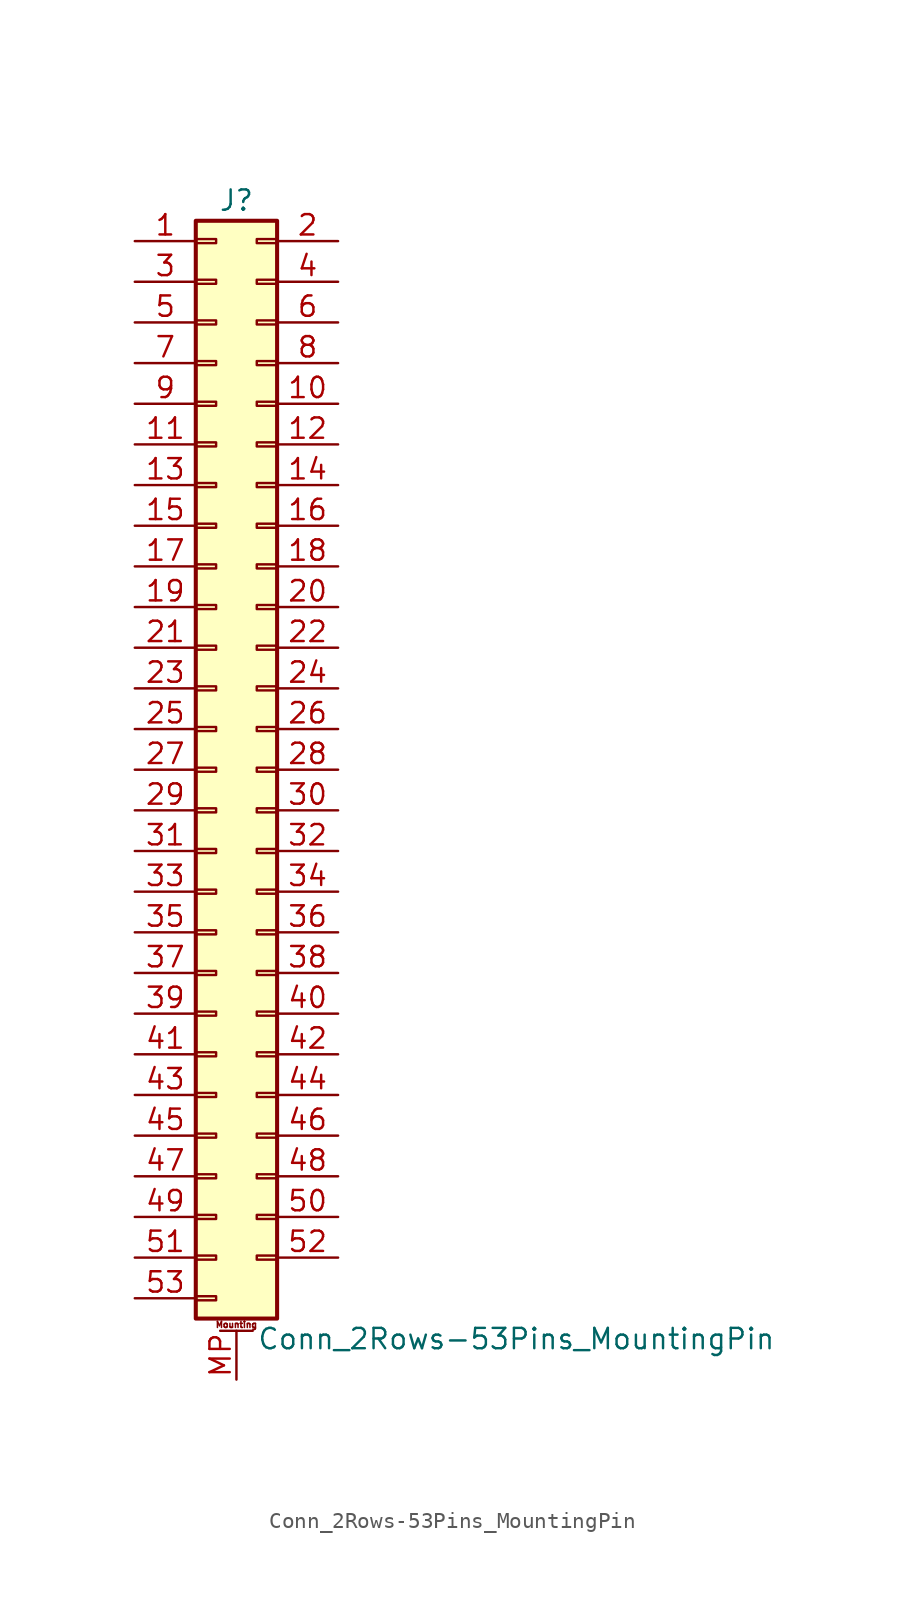
<source format=kicad_sym>
(kicad_symbol_lib
  (version 20220914)
  (generator kicad_symbol_editor)
  (symbol "Conn_2Rows-53Pins_MountingPin"
    (pin_names
      (offset 1.016) hide)
    (property "Reference" "J"
      (at 1.27 35.56 0)
      (effects (font (size 1.27 1.27))))
    (property "Value" "Conn_2Rows-53Pins_MountingPin"
      (at 2.54 -35.56 0)
      (effects (font (size 1.27 1.27)) (justify left)))
    (symbol "Conn_2Rows-53Pins_MountingPin_1_1"
      (rectangle (start -1.27 -32.893) (end 0 -33.147) (stroke (width 0.152) (type default)) (fill (type none)))
      (rectangle (start -1.27 -30.353) (end 0 -30.607) (stroke (width 0.152) (type default)) (fill (type none)))
      (rectangle (start -1.27 -27.813) (end 0 -28.067) (stroke (width 0.152) (type default)) (fill (type none)))
      (rectangle (start -1.27 -25.273) (end 0 -25.527) (stroke (width 0.152) (type default)) (fill (type none)))
      (rectangle (start -1.27 -22.733) (end 0 -22.987) (stroke (width 0.152) (type default)) (fill (type none)))
      (rectangle (start -1.27 -20.193) (end 0 -20.447) (stroke (width 0.152) (type default)) (fill (type none)))
      (rectangle (start -1.27 -17.653) (end 0 -17.907) (stroke (width 0.152) (type default)) (fill (type none)))
      (rectangle (start -1.27 -15.113) (end 0 -15.367) (stroke (width 0.152) (type default)) (fill (type none)))
      (rectangle (start -1.27 -12.573) (end 0 -12.827) (stroke (width 0.152) (type default)) (fill (type none)))
      (rectangle (start -1.27 -10.033) (end 0 -10.287) (stroke (width 0.152) (type default)) (fill (type none)))
      (rectangle (start -1.27 -7.493) (end 0 -7.747) (stroke (width 0.152) (type default)) (fill (type none)))
      (rectangle (start -1.27 -4.953) (end 0 -5.207) (stroke (width 0.152) (type default)) (fill (type none)))
      (rectangle (start -1.27 -2.413) (end 0 -2.667) (stroke (width 0.152) (type default)) (fill (type none)))
      (rectangle (start -1.27 0.127) (end 0 -0.127) (stroke (width 0.152) (type default)) (fill (type none)))
      (rectangle (start -1.27 2.667) (end 0 2.413) (stroke (width 0.152) (type default)) (fill (type none)))
      (rectangle (start -1.27 5.207) (end 0 4.953) (stroke (width 0.152) (type default)) (fill (type none)))
      (rectangle (start -1.27 7.747) (end 0 7.493) (stroke (width 0.152) (type default)) (fill (type none)))
      (rectangle (start -1.27 10.287) (end 0 10.033) (stroke (width 0.152) (type default)) (fill (type none)))
      (rectangle (start -1.27 12.827) (end 0 12.573) (stroke (width 0.152) (type default)) (fill (type none)))
      (rectangle (start -1.27 15.367) (end 0 15.113) (stroke (width 0.152) (type default)) (fill (type none)))
      (rectangle (start -1.27 17.907) (end 0 17.653) (stroke (width 0.152) (type default)) (fill (type none)))
      (rectangle (start -1.27 20.447) (end 0 20.193) (stroke (width 0.152) (type default)) (fill (type none)))
      (rectangle (start -1.27 22.987) (end 0 22.733) (stroke (width 0.152) (type default)) (fill (type none)))
      (rectangle (start -1.27 25.527) (end 0 25.273) (stroke (width 0.152) (type default)) (fill (type none)))
      (rectangle (start -1.27 28.067) (end 0 27.813) (stroke (width 0.152) (type default)) (fill (type none)))
      (rectangle (start -1.27 30.607) (end 0 30.353) (stroke (width 0.152) (type default)) (fill (type none)))
      (rectangle (start -1.27 33.147) (end 0 32.893) (stroke (width 0.152) (type default)) (fill (type none)))
      (rectangle (start -1.27 34.29) (end 3.81 -34.29) (stroke (width 0.254) (type default)) (fill (type background)))
      (polyline (pts (xy 0.254 -35.052) (xy 2.286 -35.052)) (stroke (width 0.152) (type default)) (fill (type none)))
      (rectangle (start 3.81 -30.353) (end 2.54 -30.607) (stroke (width 0.152) (type default)) (fill (type none)))
      (rectangle (start 3.81 -27.813) (end 2.54 -28.067) (stroke (width 0.152) (type default)) (fill (type none)))
      (rectangle (start 3.81 -25.273) (end 2.54 -25.527) (stroke (width 0.152) (type default)) (fill (type none)))
      (rectangle (start 3.81 -22.733) (end 2.54 -22.987) (stroke (width 0.152) (type default)) (fill (type none)))
      (rectangle (start 3.81 -20.193) (end 2.54 -20.447) (stroke (width 0.152) (type default)) (fill (type none)))
      (rectangle (start 3.81 -17.653) (end 2.54 -17.907) (stroke (width 0.152) (type default)) (fill (type none)))
      (rectangle (start 3.81 -15.113) (end 2.54 -15.367) (stroke (width 0.152) (type default)) (fill (type none)))
      (rectangle (start 3.81 -12.573) (end 2.54 -12.827) (stroke (width 0.152) (type default)) (fill (type none)))
      (rectangle (start 3.81 -10.033) (end 2.54 -10.287) (stroke (width 0.152) (type default)) (fill (type none)))
      (rectangle (start 3.81 -7.493) (end 2.54 -7.747) (stroke (width 0.152) (type default)) (fill (type none)))
      (rectangle (start 3.81 -4.953) (end 2.54 -5.207) (stroke (width 0.152) (type default)) (fill (type none)))
      (rectangle (start 3.81 -2.413) (end 2.54 -2.667) (stroke (width 0.152) (type default)) (fill (type none)))
      (rectangle (start 3.81 0.127) (end 2.54 -0.127) (stroke (width 0.152) (type default)) (fill (type none)))
      (rectangle (start 3.81 2.667) (end 2.54 2.413) (stroke (width 0.152) (type default)) (fill (type none)))
      (rectangle (start 3.81 5.207) (end 2.54 4.953) (stroke (width 0.152) (type default)) (fill (type none)))
      (rectangle (start 3.81 7.747) (end 2.54 7.493) (stroke (width 0.152) (type default)) (fill (type none)))
      (rectangle (start 3.81 10.287) (end 2.54 10.033) (stroke (width 0.152) (type default)) (fill (type none)))
      (rectangle (start 3.81 12.827) (end 2.54 12.573) (stroke (width 0.152) (type default)) (fill (type none)))
      (rectangle (start 3.81 15.367) (end 2.54 15.113) (stroke (width 0.152) (type default)) (fill (type none)))
      (rectangle (start 3.81 17.907) (end 2.54 17.653) (stroke (width 0.152) (type default)) (fill (type none)))
      (rectangle (start 3.81 20.447) (end 2.54 20.193) (stroke (width 0.152) (type default)) (fill (type none)))
      (rectangle (start 3.81 22.987) (end 2.54 22.733) (stroke (width 0.152) (type default)) (fill (type none)))
      (rectangle (start 3.81 25.527) (end 2.54 25.273) (stroke (width 0.152) (type default)) (fill (type none)))
      (rectangle (start 3.81 28.067) (end 2.54 27.813) (stroke (width 0.152) (type default)) (fill (type none)))
      (rectangle (start 3.81 30.607) (end 2.54 30.353) (stroke (width 0.152) (type default)) (fill (type none)))
      (rectangle (start 3.81 33.147) (end 2.54 32.893) (stroke (width 0.152) (type default)) (fill (type none)))
      (text "Mounting" (at 1.27 -34.671 0) (effects (font (size 0.381 0.381))))
      (pin passive line (at -5.08 33.02 0) (length 3.81) (name "Pin_1" (effects (font (size 1.27 1.27)))) (number "1" (effects (font (size 1.27 1.27)))))
      (pin passive line (at 7.62 22.86 180) (length 3.81) (name "Pin_10" (effects (font (size 1.27 1.27)))) (number "10" (effects (font (size 1.27 1.27)))))
      (pin passive line (at -5.08 20.32 0) (length 3.81) (name "Pin_11" (effects (font (size 1.27 1.27)))) (number "11" (effects (font (size 1.27 1.27)))))
      (pin passive line (at 7.62 20.32 180) (length 3.81) (name "Pin_12" (effects (font (size 1.27 1.27)))) (number "12" (effects (font (size 1.27 1.27)))))
      (pin passive line (at -5.08 17.78 0) (length 3.81) (name "Pin_13" (effects (font (size 1.27 1.27)))) (number "13" (effects (font (size 1.27 1.27)))))
      (pin passive line (at 7.62 17.78 180) (length 3.81) (name "Pin_14" (effects (font (size 1.27 1.27)))) (number "14" (effects (font (size 1.27 1.27)))))
      (pin passive line (at -5.08 15.24 0) (length 3.81) (name "Pin_15" (effects (font (size 1.27 1.27)))) (number "15" (effects (font (size 1.27 1.27)))))
      (pin passive line (at 7.62 15.24 180) (length 3.81) (name "Pin_16" (effects (font (size 1.27 1.27)))) (number "16" (effects (font (size 1.27 1.27)))))
      (pin passive line (at -5.08 12.7 0) (length 3.81) (name "Pin_17" (effects (font (size 1.27 1.27)))) (number "17" (effects (font (size 1.27 1.27)))))
      (pin passive line (at 7.62 12.7 180) (length 3.81) (name "Pin_18" (effects (font (size 1.27 1.27)))) (number "18" (effects (font (size 1.27 1.27)))))
      (pin passive line (at -5.08 10.16 0) (length 3.81) (name "Pin_19" (effects (font (size 1.27 1.27)))) (number "19" (effects (font (size 1.27 1.27)))))
      (pin passive line (at 7.62 33.02 180) (length 3.81) (name "Pin_2" (effects (font (size 1.27 1.27)))) (number "2" (effects (font (size 1.27 1.27)))))
      (pin passive line (at 7.62 10.16 180) (length 3.81) (name "Pin_20" (effects (font (size 1.27 1.27)))) (number "20" (effects (font (size 1.27 1.27)))))
      (pin passive line (at -5.08 7.62 0) (length 3.81) (name "Pin_21" (effects (font (size 1.27 1.27)))) (number "21" (effects (font (size 1.27 1.27)))))
      (pin passive line (at 7.62 7.62 180) (length 3.81) (name "Pin_22" (effects (font (size 1.27 1.27)))) (number "22" (effects (font (size 1.27 1.27)))))
      (pin passive line (at -5.08 5.08 0) (length 3.81) (name "Pin_23" (effects (font (size 1.27 1.27)))) (number "23" (effects (font (size 1.27 1.27)))))
      (pin passive line (at 7.62 5.08 180) (length 3.81) (name "Pin_24" (effects (font (size 1.27 1.27)))) (number "24" (effects (font (size 1.27 1.27)))))
      (pin passive line (at -5.08 2.54 0) (length 3.81) (name "Pin_25" (effects (font (size 1.27 1.27)))) (number "25" (effects (font (size 1.27 1.27)))))
      (pin passive line (at 7.62 2.54 180) (length 3.81) (name "Pin_26" (effects (font (size 1.27 1.27)))) (number "26" (effects (font (size 1.27 1.27)))))
      (pin passive line (at -5.08 0 0) (length 3.81) (name "Pin_27" (effects (font (size 1.27 1.27)))) (number "27" (effects (font (size 1.27 1.27)))))
      (pin passive line (at 7.62 0 180) (length 3.81) (name "Pin_28" (effects (font (size 1.27 1.27)))) (number "28" (effects (font (size 1.27 1.27)))))
      (pin passive line (at -5.08 -2.54 0) (length 3.81) (name "Pin_29" (effects (font (size 1.27 1.27)))) (number "29" (effects (font (size 1.27 1.27)))))
      (pin passive line (at -5.08 30.48 0) (length 3.81) (name "Pin_3" (effects (font (size 1.27 1.27)))) (number "3" (effects (font (size 1.27 1.27)))))
      (pin passive line (at 7.62 -2.54 180) (length 3.81) (name "Pin_30" (effects (font (size 1.27 1.27)))) (number "30" (effects (font (size 1.27 1.27)))))
      (pin passive line (at -5.08 -5.08 0) (length 3.81) (name "Pin_31" (effects (font (size 1.27 1.27)))) (number "31" (effects (font (size 1.27 1.27)))))
      (pin passive line (at 7.62 -5.08 180) (length 3.81) (name "Pin_32" (effects (font (size 1.27 1.27)))) (number "32" (effects (font (size 1.27 1.27)))))
      (pin passive line (at -5.08 -7.62 0) (length 3.81) (name "Pin_33" (effects (font (size 1.27 1.27)))) (number "33" (effects (font (size 1.27 1.27)))))
      (pin passive line (at 7.62 -7.62 180) (length 3.81) (name "Pin_34" (effects (font (size 1.27 1.27)))) (number "34" (effects (font (size 1.27 1.27)))))
      (pin passive line (at -5.08 -10.16 0) (length 3.81) (name "Pin_35" (effects (font (size 1.27 1.27)))) (number "35" (effects (font (size 1.27 1.27)))))
      (pin passive line (at 7.62 -10.16 180) (length 3.81) (name "Pin_36" (effects (font (size 1.27 1.27)))) (number "36" (effects (font (size 1.27 1.27)))))
      (pin passive line (at -5.08 -12.7 0) (length 3.81) (name "Pin_37" (effects (font (size 1.27 1.27)))) (number "37" (effects (font (size 1.27 1.27)))))
      (pin passive line (at 7.62 -12.7 180) (length 3.81) (name "Pin_38" (effects (font (size 1.27 1.27)))) (number "38" (effects (font (size 1.27 1.27)))))
      (pin passive line (at -5.08 -15.24 0) (length 3.81) (name "Pin_39" (effects (font (size 1.27 1.27)))) (number "39" (effects (font (size 1.27 1.27)))))
      (pin passive line (at 7.62 30.48 180) (length 3.81) (name "Pin_4" (effects (font (size 1.27 1.27)))) (number "4" (effects (font (size 1.27 1.27)))))
      (pin passive line (at 7.62 -15.24 180) (length 3.81) (name "Pin_40" (effects (font (size 1.27 1.27)))) (number "40" (effects (font (size 1.27 1.27)))))
      (pin passive line (at -5.08 -17.78 0) (length 3.81) (name "Pin_41" (effects (font (size 1.27 1.27)))) (number "41" (effects (font (size 1.27 1.27)))))
      (pin passive line (at 7.62 -17.78 180) (length 3.81) (name "Pin_42" (effects (font (size 1.27 1.27)))) (number "42" (effects (font (size 1.27 1.27)))))
      (pin passive line (at -5.08 -20.32 0) (length 3.81) (name "Pin_43" (effects (font (size 1.27 1.27)))) (number "43" (effects (font (size 1.27 1.27)))))
      (pin passive line (at 7.62 -20.32 180) (length 3.81) (name "Pin_44" (effects (font (size 1.27 1.27)))) (number "44" (effects (font (size 1.27 1.27)))))
      (pin passive line (at -5.08 -22.86 0) (length 3.81) (name "Pin_45" (effects (font (size 1.27 1.27)))) (number "45" (effects (font (size 1.27 1.27)))))
      (pin passive line (at 7.62 -22.86 180) (length 3.81) (name "Pin_46" (effects (font (size 1.27 1.27)))) (number "46" (effects (font (size 1.27 1.27)))))
      (pin passive line (at -5.08 -25.4 0) (length 3.81) (name "Pin_47" (effects (font (size 1.27 1.27)))) (number "47" (effects (font (size 1.27 1.27)))))
      (pin passive line (at 7.62 -25.4 180) (length 3.81) (name "Pin_48" (effects (font (size 1.27 1.27)))) (number "48" (effects (font (size 1.27 1.27)))))
      (pin passive line (at -5.08 -27.94 0) (length 3.81) (name "Pin_49" (effects (font (size 1.27 1.27)))) (number "49" (effects (font (size 1.27 1.27)))))
      (pin passive line (at -5.08 27.94 0) (length 3.81) (name "Pin_5" (effects (font (size 1.27 1.27)))) (number "5" (effects (font (size 1.27 1.27)))))
      (pin passive line (at 7.62 -27.94 180) (length 3.81) (name "Pin_50" (effects (font (size 1.27 1.27)))) (number "50" (effects (font (size 1.27 1.27)))))
      (pin passive line (at -5.08 -30.48 0) (length 3.81) (name "Pin_51" (effects (font (size 1.27 1.27)))) (number "51" (effects (font (size 1.27 1.27)))))
      (pin passive line (at 7.62 -30.48 180) (length 3.81) (name "Pin_52" (effects (font (size 1.27 1.27)))) (number "52" (effects (font (size 1.27 1.27)))))
      (pin passive line (at -5.08 -33.02 0) (length 3.81) (name "Pin_53" (effects (font (size 1.27 1.27)))) (number "53" (effects (font (size 1.27 1.27)))))
      (pin passive line (at 7.62 27.94 180) (length 3.81) (name "Pin_6" (effects (font (size 1.27 1.27)))) (number "6" (effects (font (size 1.27 1.27)))))
      (pin passive line (at -5.08 25.4 0) (length 3.81) (name "Pin_7" (effects (font (size 1.27 1.27)))) (number "7" (effects (font (size 1.27 1.27)))))
      (pin passive line (at 7.62 25.4 180) (length 3.81) (name "Pin_8" (effects (font (size 1.27 1.27)))) (number "8" (effects (font (size 1.27 1.27)))))
      (pin passive line (at -5.08 22.86 0) (length 3.81) (name "Pin_9" (effects (font (size 1.27 1.27)))) (number "9" (effects (font (size 1.27 1.27)))))
      (pin passive line (at 1.27 -38.1 90) (length 3.048) (name "MountPin" (effects (font (size 1.27 1.27)))) (number "MP" (effects (font (size 1.27 1.27))))))))
</source>
